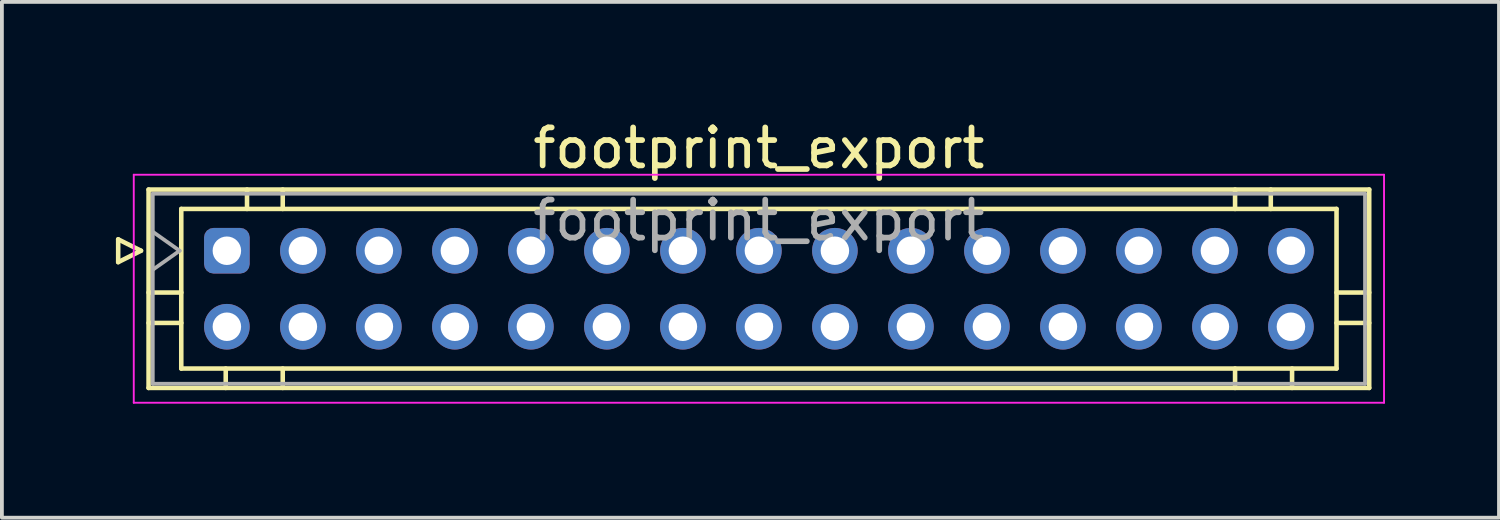
<source format=kicad_pcb>
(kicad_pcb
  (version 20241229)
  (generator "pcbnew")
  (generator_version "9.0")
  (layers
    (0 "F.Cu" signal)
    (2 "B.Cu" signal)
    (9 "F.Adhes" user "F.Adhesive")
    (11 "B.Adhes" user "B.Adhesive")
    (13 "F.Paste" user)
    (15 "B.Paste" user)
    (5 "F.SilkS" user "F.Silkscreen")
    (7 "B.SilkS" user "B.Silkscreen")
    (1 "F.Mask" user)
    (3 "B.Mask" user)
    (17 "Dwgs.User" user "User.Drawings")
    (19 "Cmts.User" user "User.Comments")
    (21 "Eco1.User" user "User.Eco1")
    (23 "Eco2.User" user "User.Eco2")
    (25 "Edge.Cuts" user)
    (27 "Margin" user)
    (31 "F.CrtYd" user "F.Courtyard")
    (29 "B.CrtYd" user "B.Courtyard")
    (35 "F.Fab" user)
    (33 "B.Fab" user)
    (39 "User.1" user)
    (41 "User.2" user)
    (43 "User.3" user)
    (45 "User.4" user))
  (footprint "footprint_export"
    (layer "F.Cu")
    (at 2.92 3.548)
    (property "Reference" "footprint_export" (at 14 -2.7 0) (layer "F.SilkS") (effects (font (size 1 1) (thickness 0.15))))
    (attr through_hole)
    (fp_line (start -2.86 -0.3) (end -2.26 0) (stroke (width 0.12) (type solid)) (layer "F.SilkS"))
    (fp_line (start -2.86 0.3) (end -2.86 -0.3) (stroke (width 0.12) (type solid)) (layer "F.SilkS"))
    (fp_line (start -2.26 0) (end -2.86 0.3) (stroke (width 0.12) (type solid)) (layer "F.SilkS"))
    (fp_line (start -2.06 -1.61) (end -2.06 3.61) (stroke (width 0.12) (type solid)) (layer "F.SilkS"))
    (fp_line (start -2.06 1.1) (end -1.2 1.1) (stroke (width 0.12) (type solid)) (layer "F.SilkS"))
    (fp_line (start -2.06 1.9) (end -1.2 1.9) (stroke (width 0.12) (type solid)) (layer "F.SilkS"))
    (fp_line (start -2.06 3.61) (end 30.06 3.61) (stroke (width 0.12) (type solid)) (layer "F.SilkS"))
    (fp_line (start -1.2 -1.1) (end -1.2 3.1) (stroke (width 0.12) (type solid)) (layer "F.SilkS"))
    (fp_line (start -1.2 3.1) (end 29.2 3.1) (stroke (width 0.12) (type solid)) (layer "F.SilkS"))
    (fp_line (start -0.03 3.61) (end -0.03 3.1) (stroke (width 0.12) (type solid)) (layer "F.SilkS"))
    (fp_line (start 0.53 -1.61) (end 0.53 -1.1) (stroke (width 0.12) (type solid)) (layer "F.SilkS"))
    (fp_line (start 1.47 -1.61) (end 1.47 -1.1) (stroke (width 0.12) (type solid)) (layer "F.SilkS"))
    (fp_line (start 1.47 3.61) (end 1.47 3.1) (stroke (width 0.12) (type solid)) (layer "F.SilkS"))
    (fp_line (start 26.53 -1.61) (end 26.53 -1.1) (stroke (width 0.12) (type solid)) (layer "F.SilkS"))
    (fp_line (start 26.53 3.61) (end 26.53 3.1) (stroke (width 0.12) (type solid)) (layer "F.SilkS"))
    (fp_line (start 27.47 -1.61) (end 27.47 -1.1) (stroke (width 0.12) (type solid)) (layer "F.SilkS"))
    (fp_line (start 28.03 3.61) (end 28.03 3.1) (stroke (width 0.12) (type solid)) (layer "F.SilkS"))
    (fp_line (start 29.2 -1.1) (end -1.2 -1.1) (stroke (width 0.12) (type solid)) (layer "F.SilkS"))
    (fp_line (start 29.2 3.1) (end 29.2 -1.1) (stroke (width 0.12) (type solid)) (layer "F.SilkS"))
    (fp_line (start 30.06 -1.61) (end -2.06 -1.61) (stroke (width 0.12) (type solid)) (layer "F.SilkS"))
    (fp_line (start 30.06 1.1) (end 29.2 1.1) (stroke (width 0.12) (type solid)) (layer "F.SilkS"))
    (fp_line (start 30.06 1.9) (end 29.2 1.9) (stroke (width 0.12) (type solid)) (layer "F.SilkS"))
    (fp_line (start 30.06 3.61) (end 30.06 -1.61) (stroke (width 0.12) (type solid)) (layer "F.SilkS"))
    (fp_line (start -2.45 -2) (end -2.45 4) (stroke (width 0.05) (type solid)) (layer "F.CrtYd"))
    (fp_line (start -2.45 4) (end 30.45 4) (stroke (width 0.05) (type solid)) (layer "F.CrtYd"))
    (fp_line (start 30.45 -2) (end -2.45 -2) (stroke (width 0.05) (type solid)) (layer "F.CrtYd"))
    (fp_line (start 30.45 4) (end 30.45 -2) (stroke (width 0.05) (type solid)) (layer "F.CrtYd"))
    (fp_line (start -1.95 -1.5) (end -1.95 3.5) (stroke (width 0.1) (type solid)) (layer "F.Fab"))
    (fp_line (start -1.95 0.5) (end -1.243 0) (stroke (width 0.1) (type solid)) (layer "F.Fab"))
    (fp_line (start -1.95 3.5) (end 29.95 3.5) (stroke (width 0.1) (type solid)) (layer "F.Fab"))
    (fp_line (start -1.243 0) (end -1.95 -0.5) (stroke (width 0.1) (type solid)) (layer "F.Fab"))
    (fp_line (start 29.95 -1.5) (end -1.95 -1.5) (stroke (width 0.1) (type solid)) (layer "F.Fab"))
    (fp_line (start 29.95 3.5) (end 29.95 -1.5) (stroke (width 0.1) (type solid)) (layer "F.Fab"))
    (fp_text user "${REFERENCE}" (at 14 -0.8 0) (layer "F.Fab") (effects (font (size 1 1) (thickness 0.15))))
    (pad "1" thru_hole roundrect (at 0 0) (size 1.2 1.2) (drill 0.75) (layers "*.Cu" "*.Mask") (roundrect_rratio 0.208))
    (pad "2" thru_hole circle (at 0 2) (size 1.2 1.2) (drill 0.75) (layers "*.Cu" "*.Mask"))
    (pad "3" thru_hole circle (at 2 0) (size 1.2 1.2) (drill 0.75) (layers "*.Cu" "*.Mask"))
    (pad "4" thru_hole circle (at 2 2) (size 1.2 1.2) (drill 0.75) (layers "*.Cu" "*.Mask"))
    (pad "5" thru_hole circle (at 4 0) (size 1.2 1.2) (drill 0.75) (layers "*.Cu" "*.Mask"))
    (pad "6" thru_hole circle (at 4 2) (size 1.2 1.2) (drill 0.75) (layers "*.Cu" "*.Mask"))
    (pad "7" thru_hole circle (at 6 0) (size 1.2 1.2) (drill 0.75) (layers "*.Cu" "*.Mask"))
    (pad "8" thru_hole circle (at 6 2) (size 1.2 1.2) (drill 0.75) (layers "*.Cu" "*.Mask"))
    (pad "9" thru_hole circle (at 8 0) (size 1.2 1.2) (drill 0.75) (layers "*.Cu" "*.Mask"))
    (pad "10" thru_hole circle (at 8 2) (size 1.2 1.2) (drill 0.75) (layers "*.Cu" "*.Mask"))
    (pad "11" thru_hole circle (at 10 0) (size 1.2 1.2) (drill 0.75) (layers "*.Cu" "*.Mask"))
    (pad "12" thru_hole circle (at 10 2) (size 1.2 1.2) (drill 0.75) (layers "*.Cu" "*.Mask"))
    (pad "13" thru_hole circle (at 12 0) (size 1.2 1.2) (drill 0.75) (layers "*.Cu" "*.Mask"))
    (pad "14" thru_hole circle (at 12 2) (size 1.2 1.2) (drill 0.75) (layers "*.Cu" "*.Mask"))
    (pad "15" thru_hole circle (at 14 0) (size 1.2 1.2) (drill 0.75) (layers "*.Cu" "*.Mask"))
    (pad "16" thru_hole circle (at 14 2) (size 1.2 1.2) (drill 0.75) (layers "*.Cu" "*.Mask"))
    (pad "17" thru_hole circle (at 16 0) (size 1.2 1.2) (drill 0.75) (layers "*.Cu" "*.Mask"))
    (pad "18" thru_hole circle (at 16 2) (size 1.2 1.2) (drill 0.75) (layers "*.Cu" "*.Mask"))
    (pad "19" thru_hole circle (at 18 0) (size 1.2 1.2) (drill 0.75) (layers "*.Cu" "*.Mask"))
    (pad "20" thru_hole circle (at 18 2) (size 1.2 1.2) (drill 0.75) (layers "*.Cu" "*.Mask"))
    (pad "21" thru_hole circle (at 20 0) (size 1.2 1.2) (drill 0.75) (layers "*.Cu" "*.Mask"))
    (pad "22" thru_hole circle (at 20 2) (size 1.2 1.2) (drill 0.75) (layers "*.Cu" "*.Mask"))
    (pad "23" thru_hole circle (at 22 0) (size 1.2 1.2) (drill 0.75) (layers "*.Cu" "*.Mask"))
    (pad "24" thru_hole circle (at 22 2) (size 1.2 1.2) (drill 0.75) (layers "*.Cu" "*.Mask"))
    (pad "25" thru_hole circle (at 24 0) (size 1.2 1.2) (drill 0.75) (layers "*.Cu" "*.Mask"))
    (pad "26" thru_hole circle (at 24 2) (size 1.2 1.2) (drill 0.75) (layers "*.Cu" "*.Mask"))
    (pad "27" thru_hole circle (at 26 0) (size 1.2 1.2) (drill 0.75) (layers "*.Cu" "*.Mask"))
    (pad "28" thru_hole circle (at 26 2) (size 1.2 1.2) (drill 0.75) (layers "*.Cu" "*.Mask"))
    (pad "29" thru_hole circle (at 28 0) (size 1.2 1.2) (drill 0.75) (layers "*.Cu" "*.Mask"))
    (pad "30" thru_hole circle (at 28 2) (size 1.2 1.2) (drill 0.75) (layers "*.Cu" "*.Mask")))
  (gr_rect
    (start -3 -3)
    (end 36.395 10.573)
    (stroke (width 0.1) (type default))
    (fill no)
    (layer "Edge.Cuts")))
</source>
